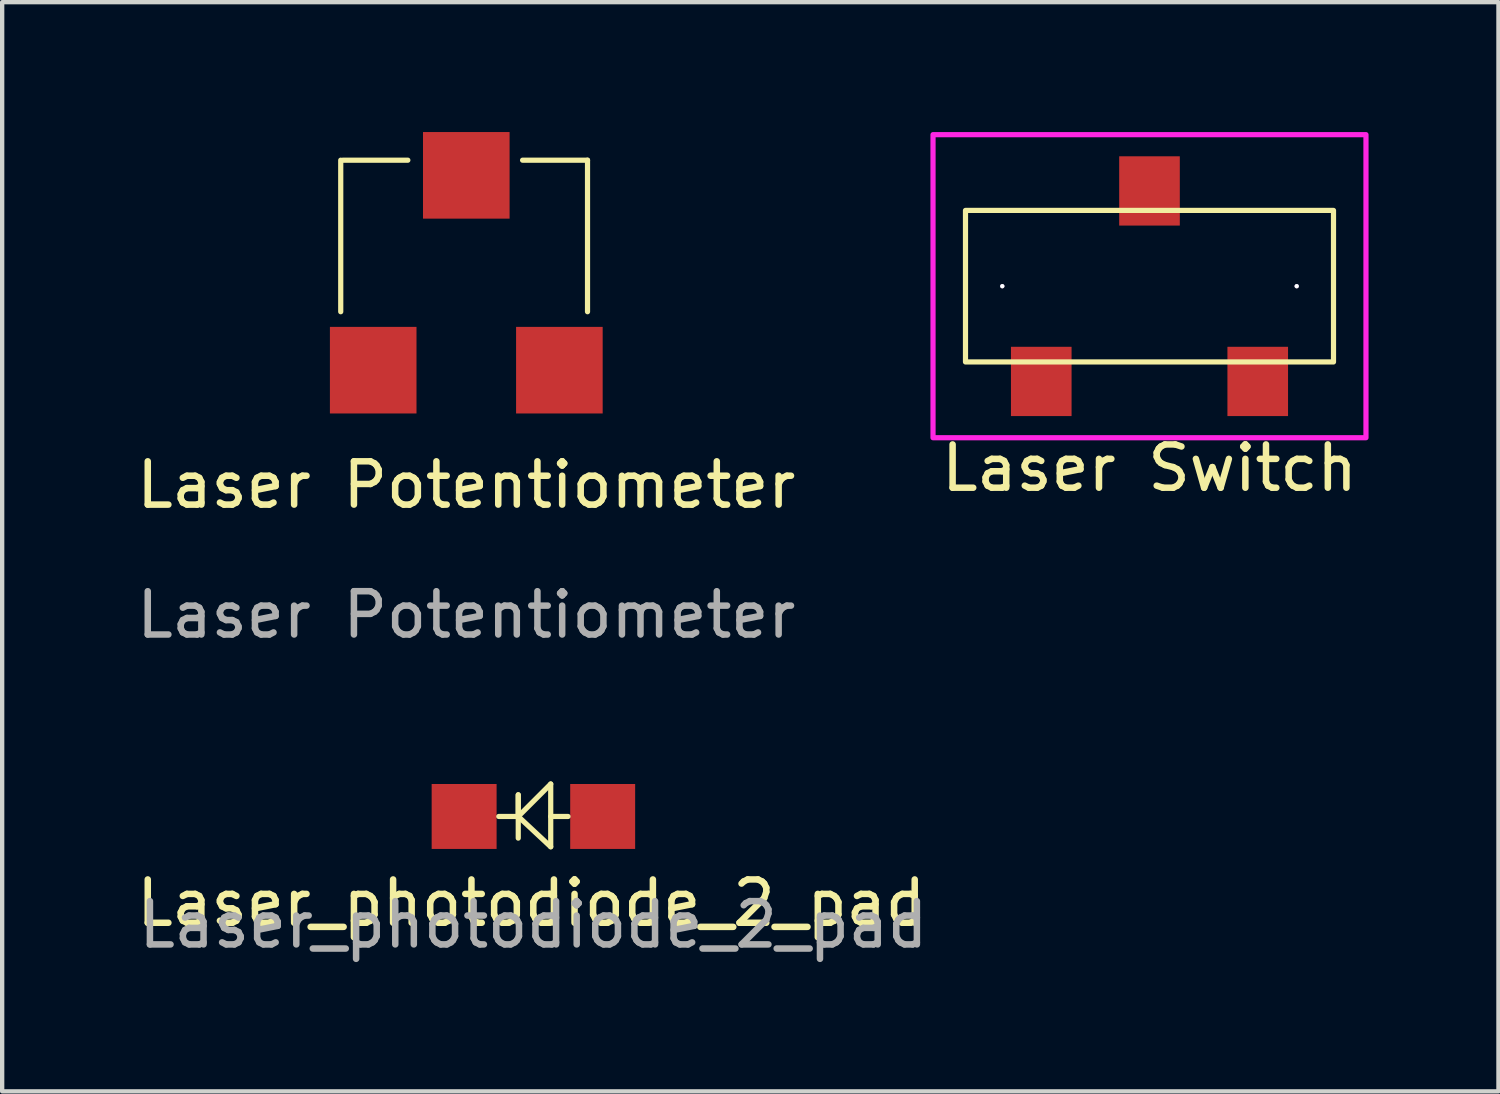
<source format=kicad_pcb>
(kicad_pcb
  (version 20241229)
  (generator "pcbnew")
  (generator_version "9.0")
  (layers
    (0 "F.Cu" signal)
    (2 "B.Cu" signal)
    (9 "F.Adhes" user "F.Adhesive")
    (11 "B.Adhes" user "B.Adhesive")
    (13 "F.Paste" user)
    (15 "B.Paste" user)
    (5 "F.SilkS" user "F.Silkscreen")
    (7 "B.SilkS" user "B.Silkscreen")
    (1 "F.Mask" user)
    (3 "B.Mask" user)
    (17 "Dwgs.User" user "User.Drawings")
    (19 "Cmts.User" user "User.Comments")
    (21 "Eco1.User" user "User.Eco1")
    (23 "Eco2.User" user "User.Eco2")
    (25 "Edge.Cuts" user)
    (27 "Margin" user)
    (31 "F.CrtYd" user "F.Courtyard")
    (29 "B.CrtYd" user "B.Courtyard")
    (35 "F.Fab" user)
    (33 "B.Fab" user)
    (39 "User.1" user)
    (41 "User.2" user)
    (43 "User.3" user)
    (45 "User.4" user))
  (footprint "Laser Potentiometer"
    (layer "F.Cu")
    (at 7.72 3.25)
    (property "Reference" "Laser Potentiometer" (at 0 4.9 0) (unlocked yes) (layer "F.SilkS") (effects (font (size 1 1) (thickness 0.15))))
    (attr smd)
    (fp_line (start -2.9 -2.6) (end -2.9 0.9) (stroke (width 0.12) (type solid)) (layer "F.SilkS"))
    (fp_line (start -2.85 -2.6) (end -1.35 -2.6) (stroke (width 0.12) (type solid)) (layer "F.SilkS"))
    (fp_line (start 1.3 -2.6) (end 2.8 -2.6) (stroke (width 0.12) (type solid)) (layer "F.SilkS"))
    (fp_line (start 2.8 -2.6) (end 2.8 0.9) (stroke (width 0.12) (type solid)) (layer "F.SilkS"))
    (fp_text user "${REFERENCE}" (at 0 7.9 0) (unlocked yes) (layer "F.Fab") (effects (font (size 1 1) (thickness 0.15))))
    (pad "1" smd rect (at 2.15 2.25) (size 2 2) (layers "F.Cu" "F.Mask" "F.Paste"))
    (pad "2" smd rect (at 0 -2.25) (size 2 2) (layers "F.Cu" "F.Mask" "F.Paste"))
    (pad "3" smd rect (at -2.15 2.25) (size 2 2) (layers "F.Cu" "F.Mask" "F.Paste")))
  (footprint "Laser_photodiode_2_pad"
    (layer "F.Cu")
    (at 9.27 15.808)
    (property "Reference" "Laser_photodiode_2_pad" (at -0.05 2 0) (unlocked yes) (layer "F.SilkS") (effects (font (size 1 1) (thickness 0.15))))
    (attr smd)
    (fp_line (start -0.35 -0.5) (end -0.35 0) (stroke (width 0.12) (type solid)) (layer "F.SilkS"))
    (fp_line (start -0.35 0) (end -0.8 0) (stroke (width 0.12) (type solid)) (layer "F.SilkS"))
    (fp_line (start -0.35 0) (end -0.35 -0.5) (stroke (width 0.12) (type solid)) (layer "F.SilkS"))
    (fp_line (start -0.35 0) (end -0.35 0.5) (stroke (width 0.12) (type solid)) (layer "F.SilkS"))
    (fp_line (start -0.35 0) (end 0.4 -0.75) (stroke (width 0.12) (type solid)) (layer "F.SilkS"))
    (fp_line (start 0.4 -0.75) (end 0.4 0.7) (stroke (width 0.12) (type solid)) (layer "F.SilkS"))
    (fp_line (start 0.4 0.7) (end -0.35 0) (stroke (width 0.12) (type solid)) (layer "F.SilkS"))
    (fp_line (start 0.8 0) (end 0.4 0) (stroke (width 0.12) (type solid)) (layer "F.SilkS"))
    (fp_text user "${REFERENCE}" (at 0 2.5 0) (unlocked yes) (layer "F.Fab") (effects (font (size 1 1) (thickness 0.15))))
    (pad "1" smd rect (at -1.6 0) (size 1.5 1.5) (layers "F.Cu" "F.Mask" "F.Paste"))
    (pad "2" smd rect (at 1.6 0) (size 1.5 1.5) (layers "F.Cu" "F.Mask" "F.Paste")))
  (footprint "Laser Switch"
    (layer "F.Cu")
    (at 23.5 3.56)
    (property "Reference" "Laser Switch" (at 0 4.2 0) (unlocked yes) (layer "F.SilkS") (effects (font (size 1 1) (thickness 0.15))))
    (attr smd)
    (fp_rect (start -4.25 -1.75) (end 4.25 1.75) (stroke (width 0.12) (type solid)) (fill no) (layer "F.SilkS"))
    (fp_rect (start -5 -3.5) (end 5 3.5) (stroke (width 0.12) (type solid)) (fill no) (layer "F.CrtYd"))
    (pad "" thru_hole circle (at -3.4 0) (size 0.1 0.1) (drill 1) (layers "*.Cu"))
    (pad "" thru_hole circle (at 3.4 0) (size 0.1 0.1) (drill 1) (layers "*.Cu"))
    (pad "1" smd rect (at 2.5 2.2) (size 1.4 1.6) (layers "F.Cu" "F.Mask" "F.Paste"))
    (pad "2" smd rect (at 0 -2.2) (size 1.4 1.6) (layers "F.Cu" "F.Mask" "F.Paste"))
    (pad "3" smd rect (at -2.5 2.2) (size 1.4 1.6) (layers "F.Cu" "F.Mask" "F.Paste")))
  (gr_rect
    (start -3 -3)
    (end 31.56 22.157)
    (stroke (width 0.1) (type default))
    (fill no)
    (layer "Edge.Cuts")))
</source>
